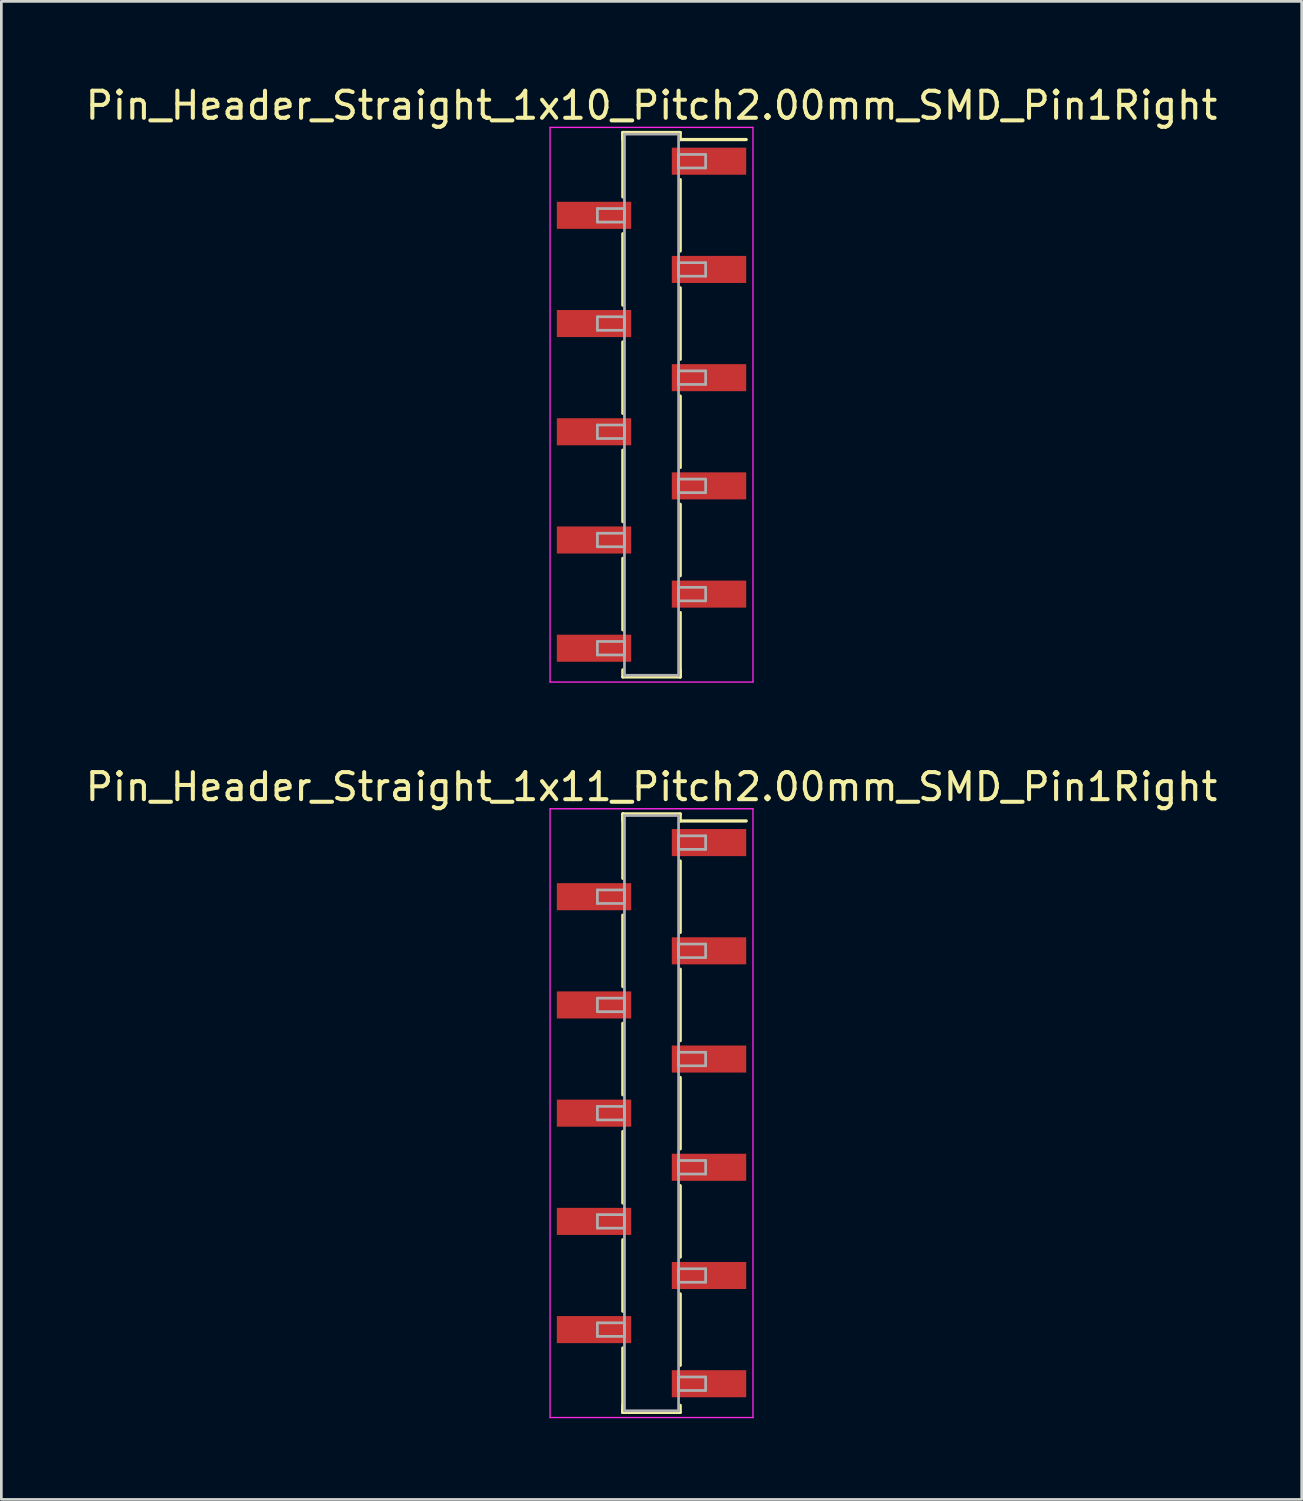
<source format=kicad_pcb>
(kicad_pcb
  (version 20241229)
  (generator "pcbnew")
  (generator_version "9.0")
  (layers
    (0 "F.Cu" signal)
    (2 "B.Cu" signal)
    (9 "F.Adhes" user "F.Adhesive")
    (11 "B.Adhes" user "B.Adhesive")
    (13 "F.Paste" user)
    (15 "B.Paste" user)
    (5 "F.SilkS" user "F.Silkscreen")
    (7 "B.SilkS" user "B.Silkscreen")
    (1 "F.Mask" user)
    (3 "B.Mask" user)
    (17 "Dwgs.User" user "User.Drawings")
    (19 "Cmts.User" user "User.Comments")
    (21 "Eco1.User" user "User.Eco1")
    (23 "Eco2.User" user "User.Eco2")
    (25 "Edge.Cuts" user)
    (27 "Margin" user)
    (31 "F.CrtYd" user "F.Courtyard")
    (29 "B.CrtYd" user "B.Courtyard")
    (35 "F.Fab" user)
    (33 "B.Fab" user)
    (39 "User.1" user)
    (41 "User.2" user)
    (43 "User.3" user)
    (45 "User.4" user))
  (footprint "Pin_Header_Straight_1x11_Pitch2.00mm_SMD_Pin1Right"
    (layer "F.Cu")
    (at 21.03 38.092)
    (property "Reference" "Pin_Header_Straight_1x11_Pitch2.00mm_SMD_Pin1Right" (at 0 -12.06 0) (layer "F.SilkS") (effects (font (size 1 1) (thickness 0.15))))
    (attr smd)
    (fp_line (start -1.06 -11.06) (end -1.06 -8.68) (stroke (width 0.12) (type solid)) (layer "F.SilkS"))
    (fp_line (start -1.06 -11.06) (end 1.06 -11.06) (stroke (width 0.12) (type solid)) (layer "F.SilkS"))
    (fp_line (start -1.06 -10.8) (end -1.06 -11.06) (stroke (width 0.12) (type solid)) (layer "F.SilkS"))
    (fp_line (start -1.06 -7.32) (end -1.06 -4.68) (stroke (width 0.12) (type solid)) (layer "F.SilkS"))
    (fp_line (start -1.06 -3.32) (end -1.06 -0.68) (stroke (width 0.12) (type solid)) (layer "F.SilkS"))
    (fp_line (start -1.06 0.68) (end -1.06 3.32) (stroke (width 0.12) (type solid)) (layer "F.SilkS"))
    (fp_line (start -1.06 4.68) (end -1.06 7.32) (stroke (width 0.12) (type solid)) (layer "F.SilkS"))
    (fp_line (start -1.06 8.68) (end -1.06 11.06) (stroke (width 0.12) (type solid)) (layer "F.SilkS"))
    (fp_line (start -1.06 10.8) (end -1.06 11.06) (stroke (width 0.12) (type solid)) (layer "F.SilkS"))
    (fp_line (start -1.06 11.06) (end 1.06 11.06) (stroke (width 0.12) (type solid)) (layer "F.SilkS"))
    (fp_line (start 1.06 -11.06) (end 1.06 -10.8) (stroke (width 0.12) (type solid)) (layer "F.SilkS"))
    (fp_line (start 1.06 -10.8) (end 3.5 -10.8) (stroke (width 0.12) (type solid)) (layer "F.SilkS"))
    (fp_line (start 1.06 -9.32) (end 1.06 -6.68) (stroke (width 0.12) (type solid)) (layer "F.SilkS"))
    (fp_line (start 1.06 -5.32) (end 1.06 -2.68) (stroke (width 0.12) (type solid)) (layer "F.SilkS"))
    (fp_line (start 1.06 -1.32) (end 1.06 1.32) (stroke (width 0.12) (type solid)) (layer "F.SilkS"))
    (fp_line (start 1.06 2.68) (end 1.06 5.32) (stroke (width 0.12) (type solid)) (layer "F.SilkS"))
    (fp_line (start 1.06 6.68) (end 1.06 9.32) (stroke (width 0.12) (type solid)) (layer "F.SilkS"))
    (fp_line (start 1.06 11.06) (end 1.06 10.8) (stroke (width 0.12) (type solid)) (layer "F.SilkS"))
    (fp_line (start -3.75 -11.25) (end -3.75 11.25) (stroke (width 0.05) (type solid)) (layer "F.CrtYd"))
    (fp_line (start -3.75 11.25) (end 3.75 11.25) (stroke (width 0.05) (type solid)) (layer "F.CrtYd"))
    (fp_line (start 3.75 -11.25) (end -3.75 -11.25) (stroke (width 0.05) (type solid)) (layer "F.CrtYd"))
    (fp_line (start 3.75 11.25) (end 3.75 -11.25) (stroke (width 0.05) (type solid)) (layer "F.CrtYd"))
    (fp_line (start -2 -8.25) (end -1 -8.25) (stroke (width 0.1) (type solid)) (layer "F.Fab"))
    (fp_line (start -2 -7.75) (end -2 -8.25) (stroke (width 0.1) (type solid)) (layer "F.Fab"))
    (fp_line (start -2 -4.25) (end -1 -4.25) (stroke (width 0.1) (type solid)) (layer "F.Fab"))
    (fp_line (start -2 -3.75) (end -2 -4.25) (stroke (width 0.1) (type solid)) (layer "F.Fab"))
    (fp_line (start -2 -0.25) (end -1 -0.25) (stroke (width 0.1) (type solid)) (layer "F.Fab"))
    (fp_line (start -2 0.25) (end -2 -0.25) (stroke (width 0.1) (type solid)) (layer "F.Fab"))
    (fp_line (start -2 3.75) (end -1 3.75) (stroke (width 0.1) (type solid)) (layer "F.Fab"))
    (fp_line (start -2 4.25) (end -2 3.75) (stroke (width 0.1) (type solid)) (layer "F.Fab"))
    (fp_line (start -2 7.75) (end -1 7.75) (stroke (width 0.1) (type solid)) (layer "F.Fab"))
    (fp_line (start -2 8.25) (end -2 7.75) (stroke (width 0.1) (type solid)) (layer "F.Fab"))
    (fp_line (start -1 -11) (end -1 11) (stroke (width 0.1) (type solid)) (layer "F.Fab"))
    (fp_line (start -1 -8.25) (end -1 -7.75) (stroke (width 0.1) (type solid)) (layer "F.Fab"))
    (fp_line (start -1 -7.75) (end -2 -7.75) (stroke (width 0.1) (type solid)) (layer "F.Fab"))
    (fp_line (start -1 -4.25) (end -1 -3.75) (stroke (width 0.1) (type solid)) (layer "F.Fab"))
    (fp_line (start -1 -3.75) (end -2 -3.75) (stroke (width 0.1) (type solid)) (layer "F.Fab"))
    (fp_line (start -1 -0.25) (end -1 0.25) (stroke (width 0.1) (type solid)) (layer "F.Fab"))
    (fp_line (start -1 0.25) (end -2 0.25) (stroke (width 0.1) (type solid)) (layer "F.Fab"))
    (fp_line (start -1 3.75) (end -1 4.25) (stroke (width 0.1) (type solid)) (layer "F.Fab"))
    (fp_line (start -1 4.25) (end -2 4.25) (stroke (width 0.1) (type solid)) (layer "F.Fab"))
    (fp_line (start -1 7.75) (end -1 8.25) (stroke (width 0.1) (type solid)) (layer "F.Fab"))
    (fp_line (start -1 8.25) (end -2 8.25) (stroke (width 0.1) (type solid)) (layer "F.Fab"))
    (fp_line (start -1 11) (end 1 11) (stroke (width 0.1) (type solid)) (layer "F.Fab"))
    (fp_line (start 1 -11) (end -1 -11) (stroke (width 0.1) (type solid)) (layer "F.Fab"))
    (fp_line (start 1 -10.25) (end 1 -9.75) (stroke (width 0.1) (type solid)) (layer "F.Fab"))
    (fp_line (start 1 -9.75) (end 2 -9.75) (stroke (width 0.1) (type solid)) (layer "F.Fab"))
    (fp_line (start 1 -6.25) (end 1 -5.75) (stroke (width 0.1) (type solid)) (layer "F.Fab"))
    (fp_line (start 1 -5.75) (end 2 -5.75) (stroke (width 0.1) (type solid)) (layer "F.Fab"))
    (fp_line (start 1 -2.25) (end 1 -1.75) (stroke (width 0.1) (type solid)) (layer "F.Fab"))
    (fp_line (start 1 -1.75) (end 2 -1.75) (stroke (width 0.1) (type solid)) (layer "F.Fab"))
    (fp_line (start 1 1.75) (end 1 2.25) (stroke (width 0.1) (type solid)) (layer "F.Fab"))
    (fp_line (start 1 2.25) (end 2 2.25) (stroke (width 0.1) (type solid)) (layer "F.Fab"))
    (fp_line (start 1 5.75) (end 1 6.25) (stroke (width 0.1) (type solid)) (layer "F.Fab"))
    (fp_line (start 1 6.25) (end 2 6.25) (stroke (width 0.1) (type solid)) (layer "F.Fab"))
    (fp_line (start 1 9.75) (end 1 10.25) (stroke (width 0.1) (type solid)) (layer "F.Fab"))
    (fp_line (start 1 10.25) (end 2 10.25) (stroke (width 0.1) (type solid)) (layer "F.Fab"))
    (fp_line (start 1 11) (end 1 -11) (stroke (width 0.1) (type solid)) (layer "F.Fab"))
    (fp_line (start 2 -10.25) (end 1 -10.25) (stroke (width 0.1) (type solid)) (layer "F.Fab"))
    (fp_line (start 2 -9.75) (end 2 -10.25) (stroke (width 0.1) (type solid)) (layer "F.Fab"))
    (fp_line (start 2 -6.25) (end 1 -6.25) (stroke (width 0.1) (type solid)) (layer "F.Fab"))
    (fp_line (start 2 -5.75) (end 2 -6.25) (stroke (width 0.1) (type solid)) (layer "F.Fab"))
    (fp_line (start 2 -2.25) (end 1 -2.25) (stroke (width 0.1) (type solid)) (layer "F.Fab"))
    (fp_line (start 2 -1.75) (end 2 -2.25) (stroke (width 0.1) (type solid)) (layer "F.Fab"))
    (fp_line (start 2 1.75) (end 1 1.75) (stroke (width 0.1) (type solid)) (layer "F.Fab"))
    (fp_line (start 2 2.25) (end 2 1.75) (stroke (width 0.1) (type solid)) (layer "F.Fab"))
    (fp_line (start 2 5.75) (end 1 5.75) (stroke (width 0.1) (type solid)) (layer "F.Fab"))
    (fp_line (start 2 6.25) (end 2 5.75) (stroke (width 0.1) (type solid)) (layer "F.Fab"))
    (fp_line (start 2 9.75) (end 1 9.75) (stroke (width 0.1) (type solid)) (layer "F.Fab"))
    (fp_line (start 2 10.25) (end 2 9.75) (stroke (width 0.1) (type solid)) (layer "F.Fab"))
    (pad "1" smd rect (at 2.125 -10) (size 2.75 1) (layers "F.Cu" "F.Mask"))
    (pad "2" smd rect (at -2.125 -8) (size 2.75 1) (layers "F.Cu" "F.Mask"))
    (pad "3" smd rect (at 2.125 -6) (size 2.75 1) (layers "F.Cu" "F.Mask"))
    (pad "4" smd rect (at -2.125 -4) (size 2.75 1) (layers "F.Cu" "F.Mask"))
    (pad "5" smd rect (at 2.125 -2) (size 2.75 1) (layers "F.Cu" "F.Mask"))
    (pad "6" smd rect (at -2.125 0) (size 2.75 1) (layers "F.Cu" "F.Mask"))
    (pad "7" smd rect (at 2.125 2) (size 2.75 1) (layers "F.Cu" "F.Mask"))
    (pad "8" smd rect (at -2.125 4) (size 2.75 1) (layers "F.Cu" "F.Mask"))
    (pad "9" smd rect (at 2.125 6) (size 2.75 1) (layers "F.Cu" "F.Mask"))
    (pad "10" smd rect (at -2.125 8) (size 2.75 1) (layers "F.Cu" "F.Mask"))
    (pad "11" smd rect (at 2.125 10) (size 2.75 1) (layers "F.Cu" "F.Mask")))
  (footprint "Pin_Header_Straight_1x10_Pitch2.00mm_SMD_Pin1Right"
    (layer "F.Cu")
    (at 21.03 11.908)
    (property "Reference" "Pin_Header_Straight_1x10_Pitch2.00mm_SMD_Pin1Right" (at 0 -11.06 0) (layer "F.SilkS") (effects (font (size 1 1) (thickness 0.15))))
    (attr smd)
    (fp_line (start -1.06 -10.06) (end -1.06 -7.68) (stroke (width 0.12) (type solid)) (layer "F.SilkS"))
    (fp_line (start -1.06 -10.06) (end 1.06 -10.06) (stroke (width 0.12) (type solid)) (layer "F.SilkS"))
    (fp_line (start -1.06 -9.8) (end -1.06 -10.06) (stroke (width 0.12) (type solid)) (layer "F.SilkS"))
    (fp_line (start -1.06 -6.32) (end -1.06 -3.68) (stroke (width 0.12) (type solid)) (layer "F.SilkS"))
    (fp_line (start -1.06 -2.32) (end -1.06 0.32) (stroke (width 0.12) (type solid)) (layer "F.SilkS"))
    (fp_line (start -1.06 1.68) (end -1.06 4.32) (stroke (width 0.12) (type solid)) (layer "F.SilkS"))
    (fp_line (start -1.06 5.68) (end -1.06 8.32) (stroke (width 0.12) (type solid)) (layer "F.SilkS"))
    (fp_line (start -1.06 9.8) (end -1.06 10.06) (stroke (width 0.12) (type solid)) (layer "F.SilkS"))
    (fp_line (start -1.06 10.06) (end 1.06 10.06) (stroke (width 0.12) (type solid)) (layer "F.SilkS"))
    (fp_line (start 1.06 -10.06) (end 1.06 -9.8) (stroke (width 0.12) (type solid)) (layer "F.SilkS"))
    (fp_line (start 1.06 -9.8) (end 3.5 -9.8) (stroke (width 0.12) (type solid)) (layer "F.SilkS"))
    (fp_line (start 1.06 -8.32) (end 1.06 -5.68) (stroke (width 0.12) (type solid)) (layer "F.SilkS"))
    (fp_line (start 1.06 -4.32) (end 1.06 -1.68) (stroke (width 0.12) (type solid)) (layer "F.SilkS"))
    (fp_line (start 1.06 -0.32) (end 1.06 2.32) (stroke (width 0.12) (type solid)) (layer "F.SilkS"))
    (fp_line (start 1.06 3.68) (end 1.06 6.32) (stroke (width 0.12) (type solid)) (layer "F.SilkS"))
    (fp_line (start 1.06 7.68) (end 1.06 10.06) (stroke (width 0.12) (type solid)) (layer "F.SilkS"))
    (fp_line (start 1.06 10.06) (end 1.06 9.8) (stroke (width 0.12) (type solid)) (layer "F.SilkS"))
    (fp_line (start -3.75 -10.25) (end -3.75 10.25) (stroke (width 0.05) (type solid)) (layer "F.CrtYd"))
    (fp_line (start -3.75 10.25) (end 3.75 10.25) (stroke (width 0.05) (type solid)) (layer "F.CrtYd"))
    (fp_line (start 3.75 -10.25) (end -3.75 -10.25) (stroke (width 0.05) (type solid)) (layer "F.CrtYd"))
    (fp_line (start 3.75 10.25) (end 3.75 -10.25) (stroke (width 0.05) (type solid)) (layer "F.CrtYd"))
    (fp_line (start -2 -7.25) (end -1 -7.25) (stroke (width 0.1) (type solid)) (layer "F.Fab"))
    (fp_line (start -2 -6.75) (end -2 -7.25) (stroke (width 0.1) (type solid)) (layer "F.Fab"))
    (fp_line (start -2 -3.25) (end -1 -3.25) (stroke (width 0.1) (type solid)) (layer "F.Fab"))
    (fp_line (start -2 -2.75) (end -2 -3.25) (stroke (width 0.1) (type solid)) (layer "F.Fab"))
    (fp_line (start -2 0.75) (end -1 0.75) (stroke (width 0.1) (type solid)) (layer "F.Fab"))
    (fp_line (start -2 1.25) (end -2 0.75) (stroke (width 0.1) (type solid)) (layer "F.Fab"))
    (fp_line (start -2 4.75) (end -1 4.75) (stroke (width 0.1) (type solid)) (layer "F.Fab"))
    (fp_line (start -2 5.25) (end -2 4.75) (stroke (width 0.1) (type solid)) (layer "F.Fab"))
    (fp_line (start -2 8.75) (end -1 8.75) (stroke (width 0.1) (type solid)) (layer "F.Fab"))
    (fp_line (start -2 9.25) (end -2 8.75) (stroke (width 0.1) (type solid)) (layer "F.Fab"))
    (fp_line (start -1 -10) (end -1 10) (stroke (width 0.1) (type solid)) (layer "F.Fab"))
    (fp_line (start -1 -7.25) (end -1 -6.75) (stroke (width 0.1) (type solid)) (layer "F.Fab"))
    (fp_line (start -1 -6.75) (end -2 -6.75) (stroke (width 0.1) (type solid)) (layer "F.Fab"))
    (fp_line (start -1 -3.25) (end -1 -2.75) (stroke (width 0.1) (type solid)) (layer "F.Fab"))
    (fp_line (start -1 -2.75) (end -2 -2.75) (stroke (width 0.1) (type solid)) (layer "F.Fab"))
    (fp_line (start -1 0.75) (end -1 1.25) (stroke (width 0.1) (type solid)) (layer "F.Fab"))
    (fp_line (start -1 1.25) (end -2 1.25) (stroke (width 0.1) (type solid)) (layer "F.Fab"))
    (fp_line (start -1 4.75) (end -1 5.25) (stroke (width 0.1) (type solid)) (layer "F.Fab"))
    (fp_line (start -1 5.25) (end -2 5.25) (stroke (width 0.1) (type solid)) (layer "F.Fab"))
    (fp_line (start -1 8.75) (end -1 9.25) (stroke (width 0.1) (type solid)) (layer "F.Fab"))
    (fp_line (start -1 9.25) (end -2 9.25) (stroke (width 0.1) (type solid)) (layer "F.Fab"))
    (fp_line (start -1 10) (end 1 10) (stroke (width 0.1) (type solid)) (layer "F.Fab"))
    (fp_line (start 1 -10) (end -1 -10) (stroke (width 0.1) (type solid)) (layer "F.Fab"))
    (fp_line (start 1 -9.25) (end 1 -8.75) (stroke (width 0.1) (type solid)) (layer "F.Fab"))
    (fp_line (start 1 -8.75) (end 2 -8.75) (stroke (width 0.1) (type solid)) (layer "F.Fab"))
    (fp_line (start 1 -5.25) (end 1 -4.75) (stroke (width 0.1) (type solid)) (layer "F.Fab"))
    (fp_line (start 1 -4.75) (end 2 -4.75) (stroke (width 0.1) (type solid)) (layer "F.Fab"))
    (fp_line (start 1 -1.25) (end 1 -0.75) (stroke (width 0.1) (type solid)) (layer "F.Fab"))
    (fp_line (start 1 -0.75) (end 2 -0.75) (stroke (width 0.1) (type solid)) (layer "F.Fab"))
    (fp_line (start 1 2.75) (end 1 3.25) (stroke (width 0.1) (type solid)) (layer "F.Fab"))
    (fp_line (start 1 3.25) (end 2 3.25) (stroke (width 0.1) (type solid)) (layer "F.Fab"))
    (fp_line (start 1 6.75) (end 1 7.25) (stroke (width 0.1) (type solid)) (layer "F.Fab"))
    (fp_line (start 1 7.25) (end 2 7.25) (stroke (width 0.1) (type solid)) (layer "F.Fab"))
    (fp_line (start 1 10) (end 1 -10) (stroke (width 0.1) (type solid)) (layer "F.Fab"))
    (fp_line (start 2 -9.25) (end 1 -9.25) (stroke (width 0.1) (type solid)) (layer "F.Fab"))
    (fp_line (start 2 -8.75) (end 2 -9.25) (stroke (width 0.1) (type solid)) (layer "F.Fab"))
    (fp_line (start 2 -5.25) (end 1 -5.25) (stroke (width 0.1) (type solid)) (layer "F.Fab"))
    (fp_line (start 2 -4.75) (end 2 -5.25) (stroke (width 0.1) (type solid)) (layer "F.Fab"))
    (fp_line (start 2 -1.25) (end 1 -1.25) (stroke (width 0.1) (type solid)) (layer "F.Fab"))
    (fp_line (start 2 -0.75) (end 2 -1.25) (stroke (width 0.1) (type solid)) (layer "F.Fab"))
    (fp_line (start 2 2.75) (end 1 2.75) (stroke (width 0.1) (type solid)) (layer "F.Fab"))
    (fp_line (start 2 3.25) (end 2 2.75) (stroke (width 0.1) (type solid)) (layer "F.Fab"))
    (fp_line (start 2 6.75) (end 1 6.75) (stroke (width 0.1) (type solid)) (layer "F.Fab"))
    (fp_line (start 2 7.25) (end 2 6.75) (stroke (width 0.1) (type solid)) (layer "F.Fab"))
    (pad "1" smd rect (at 2.125 -9) (size 2.75 1) (layers "F.Cu" "F.Mask"))
    (pad "2" smd rect (at -2.125 -7) (size 2.75 1) (layers "F.Cu" "F.Mask"))
    (pad "3" smd rect (at 2.125 -5) (size 2.75 1) (layers "F.Cu" "F.Mask"))
    (pad "4" smd rect (at -2.125 -3) (size 2.75 1) (layers "F.Cu" "F.Mask"))
    (pad "5" smd rect (at 2.125 -1) (size 2.75 1) (layers "F.Cu" "F.Mask"))
    (pad "6" smd rect (at -2.125 1) (size 2.75 1) (layers "F.Cu" "F.Mask"))
    (pad "7" smd rect (at 2.125 3) (size 2.75 1) (layers "F.Cu" "F.Mask"))
    (pad "8" smd rect (at -2.125 5) (size 2.75 1) (layers "F.Cu" "F.Mask"))
    (pad "9" smd rect (at 2.125 7) (size 2.75 1) (layers "F.Cu" "F.Mask"))
    (pad "10" smd rect (at -2.125 9) (size 2.75 1) (layers "F.Cu" "F.Mask")))
  (gr_rect
    (start -3 -3)
    (end 45.06 52.367)
    (stroke (width 0.1) (type default))
    (fill no)
    (layer "Edge.Cuts")))
</source>
